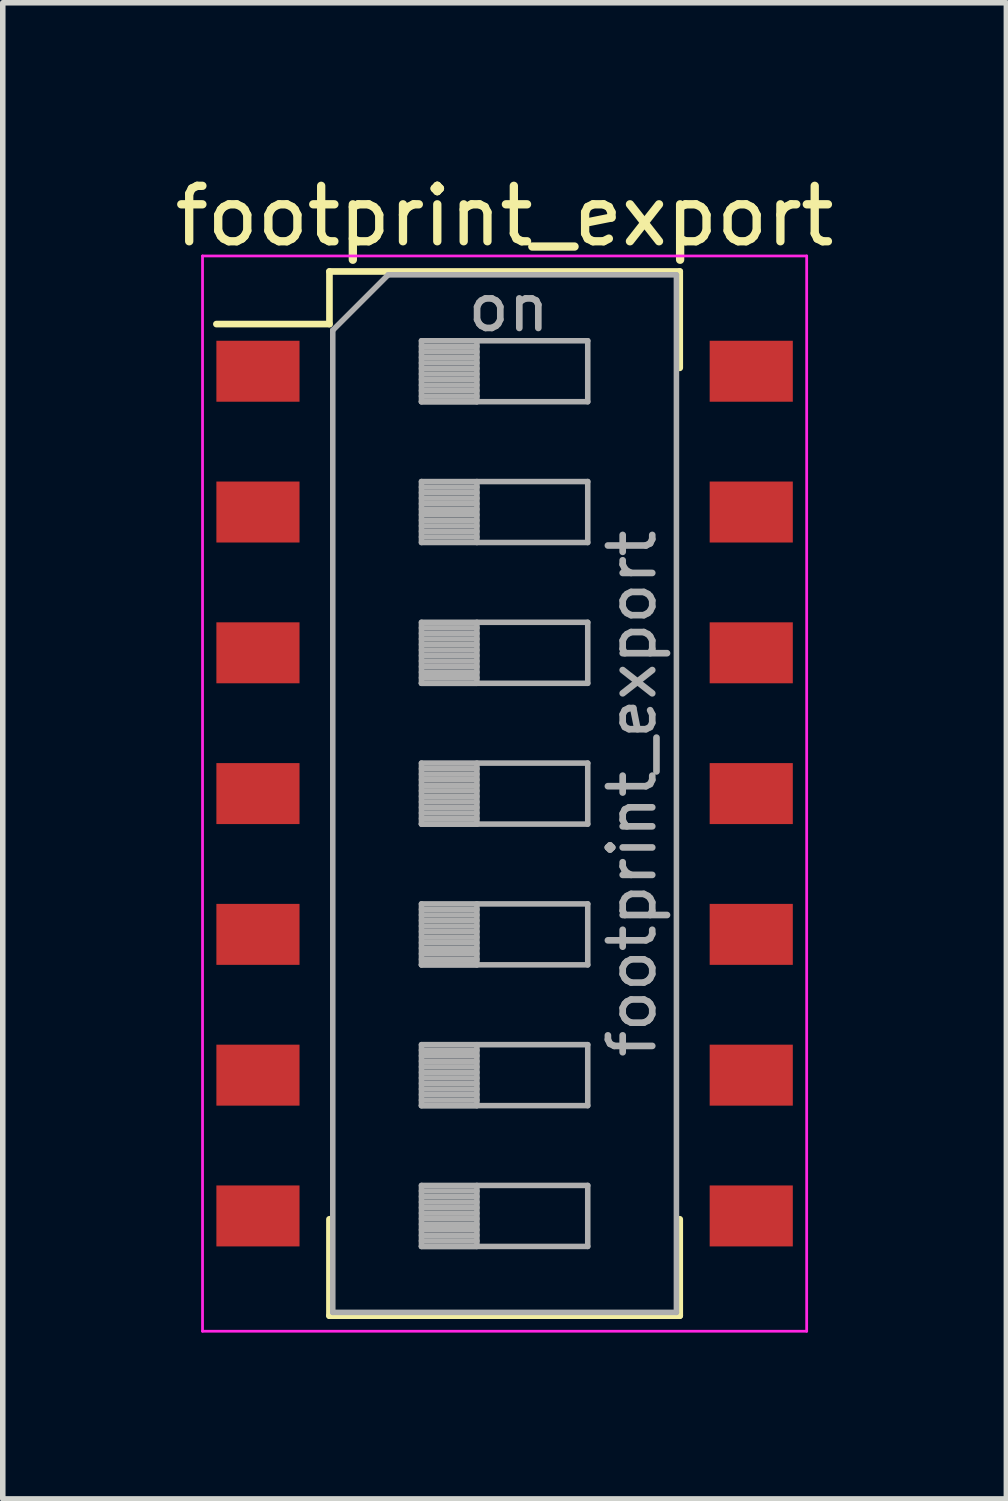
<source format=kicad_pcb>
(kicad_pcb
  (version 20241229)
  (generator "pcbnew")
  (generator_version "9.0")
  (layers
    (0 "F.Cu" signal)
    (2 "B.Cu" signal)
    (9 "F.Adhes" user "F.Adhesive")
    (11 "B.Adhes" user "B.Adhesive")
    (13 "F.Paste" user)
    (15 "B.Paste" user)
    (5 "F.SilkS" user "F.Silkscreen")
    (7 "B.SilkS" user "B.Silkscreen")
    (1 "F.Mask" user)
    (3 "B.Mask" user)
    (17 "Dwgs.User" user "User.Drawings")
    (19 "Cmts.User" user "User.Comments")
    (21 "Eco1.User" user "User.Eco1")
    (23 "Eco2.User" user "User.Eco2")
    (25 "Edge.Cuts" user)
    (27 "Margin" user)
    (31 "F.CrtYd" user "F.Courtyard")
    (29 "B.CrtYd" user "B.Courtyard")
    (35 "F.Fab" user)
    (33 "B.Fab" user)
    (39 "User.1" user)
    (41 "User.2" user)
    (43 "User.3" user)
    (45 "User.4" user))
  (footprint "footprint_export"
    (layer "F.Cu")
    (at 6.054 11.268)
    (property "Reference" "footprint_export" (at 0 -10.42 0) (layer "F.SilkS") (effects (font (size 1 1) (thickness 0.15))))
    (attr smd)
    (fp_line (start -5.2 -8.471) (end -3.16 -8.471) (stroke (width 0.12) (type solid)) (layer "F.SilkS"))
    (fp_line (start -3.16 -9.42) (end -3.16 -8.471) (stroke (width 0.12) (type solid)) (layer "F.SilkS"))
    (fp_line (start -3.16 -9.42) (end 3.16 -9.42) (stroke (width 0.12) (type solid)) (layer "F.SilkS"))
    (fp_line (start -3.16 7.68) (end -3.16 9.42) (stroke (width 0.12) (type solid)) (layer "F.SilkS"))
    (fp_line (start -3.16 9.42) (end 3.16 9.42) (stroke (width 0.12) (type solid)) (layer "F.SilkS"))
    (fp_line (start 3.16 -9.42) (end 3.16 -7.681) (stroke (width 0.12) (type solid)) (layer "F.SilkS"))
    (fp_line (start 3.16 7.68) (end 3.16 9.42) (stroke (width 0.12) (type solid)) (layer "F.SilkS"))
    (fp_line (start -5.45 -9.7) (end -5.45 9.7) (stroke (width 0.05) (type solid)) (layer "F.CrtYd"))
    (fp_line (start -5.45 9.7) (end 5.45 9.7) (stroke (width 0.05) (type solid)) (layer "F.CrtYd"))
    (fp_line (start 5.45 -9.7) (end -5.45 -9.7) (stroke (width 0.05) (type solid)) (layer "F.CrtYd"))
    (fp_line (start 5.45 9.7) (end 5.45 -9.7) (stroke (width 0.05) (type solid)) (layer "F.CrtYd"))
    (fp_line (start -3.1 -8.36) (end -2.1 -9.36) (stroke (width 0.1) (type solid)) (layer "F.Fab"))
    (fp_line (start -3.1 9.36) (end -3.1 -8.36) (stroke (width 0.1) (type solid)) (layer "F.Fab"))
    (fp_line (start -2.1 -9.36) (end 3.1 -9.36) (stroke (width 0.1) (type solid)) (layer "F.Fab"))
    (fp_line (start -1.5 -8.17) (end -1.5 -7.07) (stroke (width 0.1) (type solid)) (layer "F.Fab"))
    (fp_line (start -1.5 -8.07) (end -0.5 -8.07) (stroke (width 0.1) (type solid)) (layer "F.Fab"))
    (fp_line (start -1.5 -7.97) (end -0.5 -7.97) (stroke (width 0.1) (type solid)) (layer "F.Fab"))
    (fp_line (start -1.5 -7.87) (end -0.5 -7.87) (stroke (width 0.1) (type solid)) (layer "F.Fab"))
    (fp_line (start -1.5 -7.77) (end -0.5 -7.77) (stroke (width 0.1) (type solid)) (layer "F.Fab"))
    (fp_line (start -1.5 -7.67) (end -0.5 -7.67) (stroke (width 0.1) (type solid)) (layer "F.Fab"))
    (fp_line (start -1.5 -7.57) (end -0.5 -7.57) (stroke (width 0.1) (type solid)) (layer "F.Fab"))
    (fp_line (start -1.5 -7.47) (end -0.5 -7.47) (stroke (width 0.1) (type solid)) (layer "F.Fab"))
    (fp_line (start -1.5 -7.37) (end -0.5 -7.37) (stroke (width 0.1) (type solid)) (layer "F.Fab"))
    (fp_line (start -1.5 -7.27) (end -0.5 -7.27) (stroke (width 0.1) (type solid)) (layer "F.Fab"))
    (fp_line (start -1.5 -7.17) (end -0.5 -7.17) (stroke (width 0.1) (type solid)) (layer "F.Fab"))
    (fp_line (start -1.5 -7.07) (end -0.5 -7.07) (stroke (width 0.1) (type solid)) (layer "F.Fab"))
    (fp_line (start -1.5 -7.07) (end 1.5 -7.07) (stroke (width 0.1) (type solid)) (layer "F.Fab"))
    (fp_line (start -1.5 -5.63) (end -1.5 -4.53) (stroke (width 0.1) (type solid)) (layer "F.Fab"))
    (fp_line (start -1.5 -5.53) (end -0.5 -5.53) (stroke (width 0.1) (type solid)) (layer "F.Fab"))
    (fp_line (start -1.5 -5.43) (end -0.5 -5.43) (stroke (width 0.1) (type solid)) (layer "F.Fab"))
    (fp_line (start -1.5 -5.33) (end -0.5 -5.33) (stroke (width 0.1) (type solid)) (layer "F.Fab"))
    (fp_line (start -1.5 -5.23) (end -0.5 -5.23) (stroke (width 0.1) (type solid)) (layer "F.Fab"))
    (fp_line (start -1.5 -5.13) (end -0.5 -5.13) (stroke (width 0.1) (type solid)) (layer "F.Fab"))
    (fp_line (start -1.5 -5.03) (end -0.5 -5.03) (stroke (width 0.1) (type solid)) (layer "F.Fab"))
    (fp_line (start -1.5 -4.93) (end -0.5 -4.93) (stroke (width 0.1) (type solid)) (layer "F.Fab"))
    (fp_line (start -1.5 -4.83) (end -0.5 -4.83) (stroke (width 0.1) (type solid)) (layer "F.Fab"))
    (fp_line (start -1.5 -4.73) (end -0.5 -4.73) (stroke (width 0.1) (type solid)) (layer "F.Fab"))
    (fp_line (start -1.5 -4.63) (end -0.5 -4.63) (stroke (width 0.1) (type solid)) (layer "F.Fab"))
    (fp_line (start -1.5 -4.53) (end 1.5 -4.53) (stroke (width 0.1) (type solid)) (layer "F.Fab"))
    (fp_line (start -1.5 -3.09) (end -1.5 -1.99) (stroke (width 0.1) (type solid)) (layer "F.Fab"))
    (fp_line (start -1.5 -2.99) (end -0.5 -2.99) (stroke (width 0.1) (type solid)) (layer "F.Fab"))
    (fp_line (start -1.5 -2.89) (end -0.5 -2.89) (stroke (width 0.1) (type solid)) (layer "F.Fab"))
    (fp_line (start -1.5 -2.79) (end -0.5 -2.79) (stroke (width 0.1) (type solid)) (layer "F.Fab"))
    (fp_line (start -1.5 -2.69) (end -0.5 -2.69) (stroke (width 0.1) (type solid)) (layer "F.Fab"))
    (fp_line (start -1.5 -2.59) (end -0.5 -2.59) (stroke (width 0.1) (type solid)) (layer "F.Fab"))
    (fp_line (start -1.5 -2.49) (end -0.5 -2.49) (stroke (width 0.1) (type solid)) (layer "F.Fab"))
    (fp_line (start -1.5 -2.39) (end -0.5 -2.39) (stroke (width 0.1) (type solid)) (layer "F.Fab"))
    (fp_line (start -1.5 -2.29) (end -0.5 -2.29) (stroke (width 0.1) (type solid)) (layer "F.Fab"))
    (fp_line (start -1.5 -2.19) (end -0.5 -2.19) (stroke (width 0.1) (type solid)) (layer "F.Fab"))
    (fp_line (start -1.5 -2.09) (end -0.5 -2.09) (stroke (width 0.1) (type solid)) (layer "F.Fab"))
    (fp_line (start -1.5 -1.99) (end -0.5 -1.99) (stroke (width 0.1) (type solid)) (layer "F.Fab"))
    (fp_line (start -1.5 -1.99) (end 1.5 -1.99) (stroke (width 0.1) (type solid)) (layer "F.Fab"))
    (fp_line (start -1.5 -0.55) (end -1.5 0.55) (stroke (width 0.1) (type solid)) (layer "F.Fab"))
    (fp_line (start -1.5 -0.45) (end -0.5 -0.45) (stroke (width 0.1) (type solid)) (layer "F.Fab"))
    (fp_line (start -1.5 -0.35) (end -0.5 -0.35) (stroke (width 0.1) (type solid)) (layer "F.Fab"))
    (fp_line (start -1.5 -0.25) (end -0.5 -0.25) (stroke (width 0.1) (type solid)) (layer "F.Fab"))
    (fp_line (start -1.5 -0.15) (end -0.5 -0.15) (stroke (width 0.1) (type solid)) (layer "F.Fab"))
    (fp_line (start -1.5 -0.05) (end -0.5 -0.05) (stroke (width 0.1) (type solid)) (layer "F.Fab"))
    (fp_line (start -1.5 0.05) (end -0.5 0.05) (stroke (width 0.1) (type solid)) (layer "F.Fab"))
    (fp_line (start -1.5 0.15) (end -0.5 0.15) (stroke (width 0.1) (type solid)) (layer "F.Fab"))
    (fp_line (start -1.5 0.25) (end -0.5 0.25) (stroke (width 0.1) (type solid)) (layer "F.Fab"))
    (fp_line (start -1.5 0.35) (end -0.5 0.35) (stroke (width 0.1) (type solid)) (layer "F.Fab"))
    (fp_line (start -1.5 0.45) (end -0.5 0.45) (stroke (width 0.1) (type solid)) (layer "F.Fab"))
    (fp_line (start -1.5 0.55) (end -0.5 0.55) (stroke (width 0.1) (type solid)) (layer "F.Fab"))
    (fp_line (start -1.5 0.55) (end 1.5 0.55) (stroke (width 0.1) (type solid)) (layer "F.Fab"))
    (fp_line (start -1.5 1.99) (end -1.5 3.09) (stroke (width 0.1) (type solid)) (layer "F.Fab"))
    (fp_line (start -1.5 2.09) (end -0.5 2.09) (stroke (width 0.1) (type solid)) (layer "F.Fab"))
    (fp_line (start -1.5 2.19) (end -0.5 2.19) (stroke (width 0.1) (type solid)) (layer "F.Fab"))
    (fp_line (start -1.5 2.29) (end -0.5 2.29) (stroke (width 0.1) (type solid)) (layer "F.Fab"))
    (fp_line (start -1.5 2.39) (end -0.5 2.39) (stroke (width 0.1) (type solid)) (layer "F.Fab"))
    (fp_line (start -1.5 2.49) (end -0.5 2.49) (stroke (width 0.1) (type solid)) (layer "F.Fab"))
    (fp_line (start -1.5 2.59) (end -0.5 2.59) (stroke (width 0.1) (type solid)) (layer "F.Fab"))
    (fp_line (start -1.5 2.69) (end -0.5 2.69) (stroke (width 0.1) (type solid)) (layer "F.Fab"))
    (fp_line (start -1.5 2.79) (end -0.5 2.79) (stroke (width 0.1) (type solid)) (layer "F.Fab"))
    (fp_line (start -1.5 2.89) (end -0.5 2.89) (stroke (width 0.1) (type solid)) (layer "F.Fab"))
    (fp_line (start -1.5 2.99) (end -0.5 2.99) (stroke (width 0.1) (type solid)) (layer "F.Fab"))
    (fp_line (start -1.5 3.09) (end -0.5 3.09) (stroke (width 0.1) (type solid)) (layer "F.Fab"))
    (fp_line (start -1.5 3.09) (end 1.5 3.09) (stroke (width 0.1) (type solid)) (layer "F.Fab"))
    (fp_line (start -1.5 4.53) (end -1.5 5.63) (stroke (width 0.1) (type solid)) (layer "F.Fab"))
    (fp_line (start -1.5 4.63) (end -0.5 4.63) (stroke (width 0.1) (type solid)) (layer "F.Fab"))
    (fp_line (start -1.5 4.73) (end -0.5 4.73) (stroke (width 0.1) (type solid)) (layer "F.Fab"))
    (fp_line (start -1.5 4.83) (end -0.5 4.83) (stroke (width 0.1) (type solid)) (layer "F.Fab"))
    (fp_line (start -1.5 4.93) (end -0.5 4.93) (stroke (width 0.1) (type solid)) (layer "F.Fab"))
    (fp_line (start -1.5 5.03) (end -0.5 5.03) (stroke (width 0.1) (type solid)) (layer "F.Fab"))
    (fp_line (start -1.5 5.13) (end -0.5 5.13) (stroke (width 0.1) (type solid)) (layer "F.Fab"))
    (fp_line (start -1.5 5.23) (end -0.5 5.23) (stroke (width 0.1) (type solid)) (layer "F.Fab"))
    (fp_line (start -1.5 5.33) (end -0.5 5.33) (stroke (width 0.1) (type solid)) (layer "F.Fab"))
    (fp_line (start -1.5 5.43) (end -0.5 5.43) (stroke (width 0.1) (type solid)) (layer "F.Fab"))
    (fp_line (start -1.5 5.53) (end -0.5 5.53) (stroke (width 0.1) (type solid)) (layer "F.Fab"))
    (fp_line (start -1.5 5.63) (end -0.5 5.63) (stroke (width 0.1) (type solid)) (layer "F.Fab"))
    (fp_line (start -1.5 5.63) (end 1.5 5.63) (stroke (width 0.1) (type solid)) (layer "F.Fab"))
    (fp_line (start -1.5 7.07) (end -1.5 8.17) (stroke (width 0.1) (type solid)) (layer "F.Fab"))
    (fp_line (start -1.5 7.17) (end -0.5 7.17) (stroke (width 0.1) (type solid)) (layer "F.Fab"))
    (fp_line (start -1.5 7.27) (end -0.5 7.27) (stroke (width 0.1) (type solid)) (layer "F.Fab"))
    (fp_line (start -1.5 7.37) (end -0.5 7.37) (stroke (width 0.1) (type solid)) (layer "F.Fab"))
    (fp_line (start -1.5 7.47) (end -0.5 7.47) (stroke (width 0.1) (type solid)) (layer "F.Fab"))
    (fp_line (start -1.5 7.57) (end -0.5 7.57) (stroke (width 0.1) (type solid)) (layer "F.Fab"))
    (fp_line (start -1.5 7.67) (end -0.5 7.67) (stroke (width 0.1) (type solid)) (layer "F.Fab"))
    (fp_line (start -1.5 7.77) (end -0.5 7.77) (stroke (width 0.1) (type solid)) (layer "F.Fab"))
    (fp_line (start -1.5 7.87) (end -0.5 7.87) (stroke (width 0.1) (type solid)) (layer "F.Fab"))
    (fp_line (start -1.5 7.97) (end -0.5 7.97) (stroke (width 0.1) (type solid)) (layer "F.Fab"))
    (fp_line (start -1.5 8.07) (end -0.5 8.07) (stroke (width 0.1) (type solid)) (layer "F.Fab"))
    (fp_line (start -1.5 8.17) (end -0.5 8.17) (stroke (width 0.1) (type solid)) (layer "F.Fab"))
    (fp_line (start -1.5 8.17) (end 1.5 8.17) (stroke (width 0.1) (type solid)) (layer "F.Fab"))
    (fp_line (start -0.5 -8.17) (end -0.5 -7.07) (stroke (width 0.1) (type solid)) (layer "F.Fab"))
    (fp_line (start -0.5 -5.63) (end -0.5 -4.53) (stroke (width 0.1) (type solid)) (layer "F.Fab"))
    (fp_line (start -0.5 -3.09) (end -0.5 -1.99) (stroke (width 0.1) (type solid)) (layer "F.Fab"))
    (fp_line (start -0.5 -0.55) (end -0.5 0.55) (stroke (width 0.1) (type solid)) (layer "F.Fab"))
    (fp_line (start -0.5 1.99) (end -0.5 3.09) (stroke (width 0.1) (type solid)) (layer "F.Fab"))
    (fp_line (start -0.5 4.53) (end -0.5 5.63) (stroke (width 0.1) (type solid)) (layer "F.Fab"))
    (fp_line (start -0.5 7.07) (end -0.5 8.17) (stroke (width 0.1) (type solid)) (layer "F.Fab"))
    (fp_line (start 1.5 -8.17) (end -1.5 -8.17) (stroke (width 0.1) (type solid)) (layer "F.Fab"))
    (fp_line (start 1.5 -7.07) (end 1.5 -8.17) (stroke (width 0.1) (type solid)) (layer "F.Fab"))
    (fp_line (start 1.5 -5.63) (end -1.5 -5.63) (stroke (width 0.1) (type solid)) (layer "F.Fab"))
    (fp_line (start 1.5 -4.53) (end 1.5 -5.63) (stroke (width 0.1) (type solid)) (layer "F.Fab"))
    (fp_line (start 1.5 -3.09) (end -1.5 -3.09) (stroke (width 0.1) (type solid)) (layer "F.Fab"))
    (fp_line (start 1.5 -1.99) (end 1.5 -3.09) (stroke (width 0.1) (type solid)) (layer "F.Fab"))
    (fp_line (start 1.5 -0.55) (end -1.5 -0.55) (stroke (width 0.1) (type solid)) (layer "F.Fab"))
    (fp_line (start 1.5 0.55) (end 1.5 -0.55) (stroke (width 0.1) (type solid)) (layer "F.Fab"))
    (fp_line (start 1.5 1.99) (end -1.5 1.99) (stroke (width 0.1) (type solid)) (layer "F.Fab"))
    (fp_line (start 1.5 3.09) (end 1.5 1.99) (stroke (width 0.1) (type solid)) (layer "F.Fab"))
    (fp_line (start 1.5 4.53) (end -1.5 4.53) (stroke (width 0.1) (type solid)) (layer "F.Fab"))
    (fp_line (start 1.5 5.63) (end 1.5 4.53) (stroke (width 0.1) (type solid)) (layer "F.Fab"))
    (fp_line (start 1.5 7.07) (end -1.5 7.07) (stroke (width 0.1) (type solid)) (layer "F.Fab"))
    (fp_line (start 1.5 8.17) (end 1.5 7.07) (stroke (width 0.1) (type solid)) (layer "F.Fab"))
    (fp_line (start 3.1 -9.36) (end 3.1 9.36) (stroke (width 0.1) (type solid)) (layer "F.Fab"))
    (fp_line (start 3.1 9.36) (end -3.1 9.36) (stroke (width 0.1) (type solid)) (layer "F.Fab"))
    (fp_text user "${REFERENCE}" (at 2.3 0 90) (layer "F.Fab") (effects (font (size 0.8 0.8) (thickness 0.12))))
    (fp_text user "on" (at 0.075 -8.765 0) (layer "F.Fab") (effects (font (size 0.8 0.8) (thickness 0.12))))
    (pad "1" smd rect (at -4.45 -7.62) (size 1.5 1.1) (layers "F.Cu" "F.Mask" "F.Paste"))
    (pad "2" smd rect (at -4.45 -5.08) (size 1.5 1.1) (layers "F.Cu" "F.Mask" "F.Paste"))
    (pad "3" smd rect (at -4.45 -2.54) (size 1.5 1.1) (layers "F.Cu" "F.Mask" "F.Paste"))
    (pad "4" smd rect (at -4.45 0) (size 1.5 1.1) (layers "F.Cu" "F.Mask" "F.Paste"))
    (pad "5" smd rect (at -4.45 2.54) (size 1.5 1.1) (layers "F.Cu" "F.Mask" "F.Paste"))
    (pad "6" smd rect (at -4.45 5.08) (size 1.5 1.1) (layers "F.Cu" "F.Mask" "F.Paste"))
    (pad "7" smd rect (at -4.45 7.62) (size 1.5 1.1) (layers "F.Cu" "F.Mask" "F.Paste"))
    (pad "8" smd rect (at 4.45 7.62) (size 1.5 1.1) (layers "F.Cu" "F.Mask" "F.Paste"))
    (pad "9" smd rect (at 4.45 5.08) (size 1.5 1.1) (layers "F.Cu" "F.Mask" "F.Paste"))
    (pad "10" smd rect (at 4.45 2.54) (size 1.5 1.1) (layers "F.Cu" "F.Mask" "F.Paste"))
    (pad "11" smd rect (at 4.45 0) (size 1.5 1.1) (layers "F.Cu" "F.Mask" "F.Paste"))
    (pad "12" smd rect (at 4.45 -2.54) (size 1.5 1.1) (layers "F.Cu" "F.Mask" "F.Paste"))
    (pad "13" smd rect (at 4.45 -5.08) (size 1.5 1.1) (layers "F.Cu" "F.Mask" "F.Paste"))
    (pad "14" smd rect (at 4.45 -7.62) (size 1.5 1.1) (layers "F.Cu" "F.Mask" "F.Paste")))
  (gr_rect
    (start -3 -3)
    (end 15.107 23.993)
    (stroke (width 0.1) (type default))
    (fill no)
    (layer "Edge.Cuts")))
</source>
